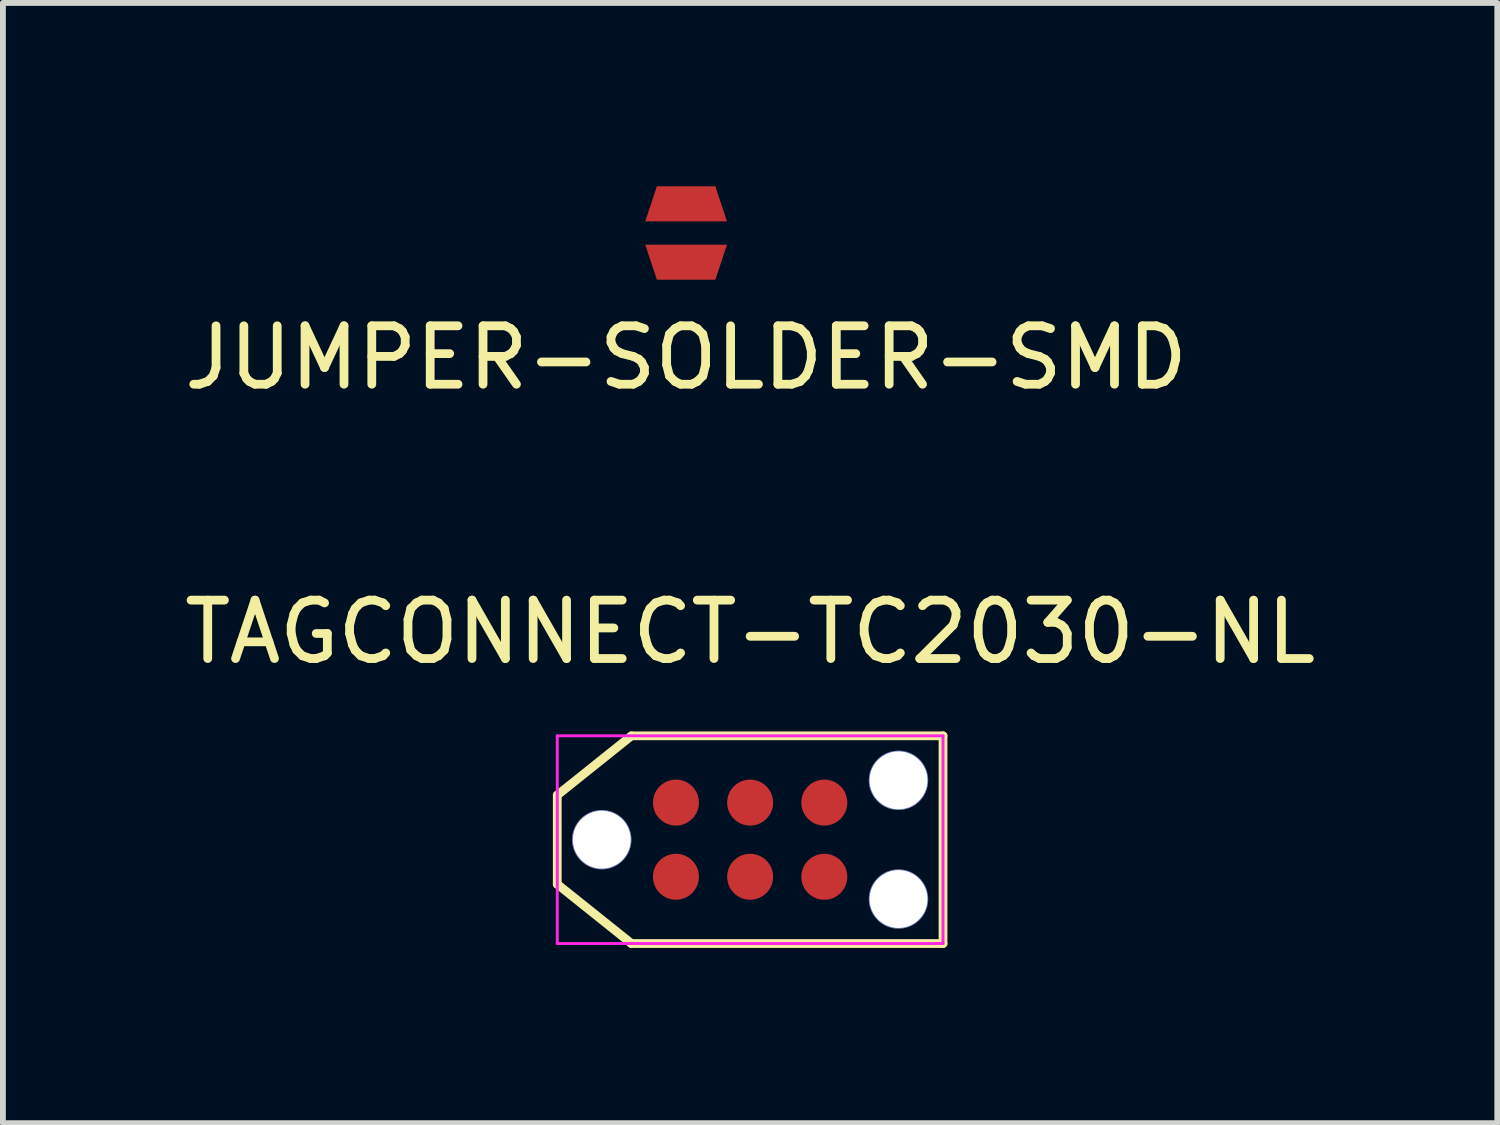
<source format=kicad_pcb>
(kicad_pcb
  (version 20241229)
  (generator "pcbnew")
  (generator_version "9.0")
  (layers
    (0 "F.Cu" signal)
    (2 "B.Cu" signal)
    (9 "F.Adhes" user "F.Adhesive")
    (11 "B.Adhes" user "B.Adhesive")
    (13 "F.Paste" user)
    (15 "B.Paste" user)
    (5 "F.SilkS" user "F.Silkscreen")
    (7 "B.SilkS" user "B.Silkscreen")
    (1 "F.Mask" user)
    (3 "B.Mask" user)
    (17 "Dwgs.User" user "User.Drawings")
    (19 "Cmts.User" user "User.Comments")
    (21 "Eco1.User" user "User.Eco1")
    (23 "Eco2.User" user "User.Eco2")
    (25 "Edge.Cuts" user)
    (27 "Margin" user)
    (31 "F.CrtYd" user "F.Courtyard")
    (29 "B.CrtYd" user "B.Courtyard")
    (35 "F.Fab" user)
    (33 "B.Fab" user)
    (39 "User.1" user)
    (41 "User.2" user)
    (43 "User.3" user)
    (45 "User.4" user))
  (footprint "JUMPER-SOLDER-SMD"
    (layer "F.Cu")
    (at 8.696 0.939)
    (property "Reference" "JUMPER-SOLDER-SMD" (at 0 2.134 0) (layer "F.SilkS") (effects (font (size 1 1) (thickness 0.15))))
    (attr through_hole)
    (fp_line (start -0.889 -0.127) (end -0.889 0.127) (stroke (width 0.15) (type solid)) (layer "F.Mask"))
    (fp_line (start -0.889 0) (end 0.889 0) (stroke (width 0.15) (type solid)) (layer "F.Mask"))
    (fp_line (start -0.813 0.127) (end -0.61 0.762) (stroke (width 0.15) (type solid)) (layer "F.Mask"))
    (fp_line (start -0.61 -0.762) (end -0.813 -0.152) (stroke (width 0.15) (type solid)) (layer "F.Mask"))
    (fp_line (start 0.813 -0.152) (end 0.61 -0.762) (stroke (width 0.15) (type solid)) (layer "F.Mask"))
    (fp_line (start 0.813 0.152) (end 0.61 0.737) (stroke (width 0.15) (type solid)) (layer "F.Mask"))
    (fp_line (start 0.889 -0.127) (end -0.889 -0.127) (stroke (width 0.15) (type solid)) (layer "F.Mask"))
    (fp_line (start 0.889 -0.127) (end 0.889 0.127) (stroke (width 0.15) (type solid)) (layer "F.Mask"))
    (fp_line (start 0.889 0.127) (end -0.889 0.127) (stroke (width 0.15) (type solid)) (layer "F.Mask"))
    (fp_arc (start -0.889 -0.127) (mid -0.787088 -0.540297) (end -0.504716 -0.858835) (stroke (width 0.15) (type solid)) (layer "F.Mask"))
    (fp_arc (start -0.5334 0.8382) (mid -0.795146 0.524573) (end -0.889 0.127) (stroke (width 0.15) (type solid)) (layer "F.Mask"))
    (fp_arc (start 0.508 -0.8636) (mid 0.792211 -0.542988) (end 0.894787 -0.127) (stroke (width 0.15) (type solid)) (layer "F.Mask"))
    (fp_arc (start 0.889 0.127) (mid 0.787087 0.540297) (end 0.504715 0.858836) (stroke (width 0.15) (type solid)) (layer "F.Mask"))
    (pad "1" smd trapezoid (at 0 0.5 270) (size 0.6 1.2) (rect_delta 0.2 0) (layers "F.Cu" "F.Mask"))
    (pad "2" smd trapezoid (at 0 -0.5 90) (size 0.6 1.2) (rect_delta 0.2 0) (layers "F.Cu" "F.Mask")))
  (footprint "TAGCONNECT-TC2030-NL"
    (layer "F.Cu")
    (at 9.792 11.325)
    (property "Reference" "TAGCONNECT-TC2030-NL" (at 0 -3.556 0) (layer "F.SilkS") (effects (font (size 1 1) (thickness 0.15))))
    (attr through_hole)
    (fp_line (start -3.302 -0.762) (end -3.302 0.762) (stroke (width 0.15) (type solid)) (layer "F.SilkS"))
    (fp_line (start -3.302 0.762) (end -2.032 1.778) (stroke (width 0.15) (type solid)) (layer "F.SilkS"))
    (fp_line (start -2.032 -1.778) (end -3.302 -0.762) (stroke (width 0.15) (type solid)) (layer "F.SilkS"))
    (fp_line (start -2.032 1.778) (end 3.302 1.778) (stroke (width 0.15) (type solid)) (layer "F.SilkS"))
    (fp_line (start 3.302 -1.778) (end -2.032 -1.778) (stroke (width 0.15) (type solid)) (layer "F.SilkS"))
    (fp_line (start 3.302 1.778) (end 3.302 -1.778) (stroke (width 0.15) (type solid)) (layer "F.SilkS"))
    (fp_line (start -3.302 -1.778) (end 3.302 -1.778) (stroke (width 0.05) (type solid)) (layer "F.CrtYd"))
    (fp_line (start -3.302 1.778) (end -3.302 -1.778) (stroke (width 0.05) (type solid)) (layer "F.CrtYd"))
    (fp_line (start 3.302 -1.778) (end 3.302 1.778) (stroke (width 0.05) (type solid)) (layer "F.CrtYd"))
    (fp_line (start 3.302 1.778) (end -3.302 1.778) (stroke (width 0.05) (type solid)) (layer "F.CrtYd"))
    (pad "" np_thru_hole circle (at -2.54 0) (size 1.016 1.016) (drill 0.991) (layers "*.Cu" "*.Mask"))
    (pad "" np_thru_hole circle (at 2.54 -1.016) (size 1.016 1.016) (drill 0.991) (layers "*.Cu" "*.Mask"))
    (pad "" np_thru_hole circle (at 2.54 1.016) (size 1.016 1.016) (drill 0.991) (layers "*.Cu" "*.Mask"))
    (pad "1" smd circle (at -1.27 0.635) (size 0.787 0.787) (layers "F.Cu" "F.Mask"))
    (pad "2" smd circle (at -1.27 -0.635) (size 0.787 0.787) (layers "F.Cu" "F.Mask"))
    (pad "3" smd circle (at 0 0.635) (size 0.787 0.787) (layers "F.Cu" "F.Mask"))
    (pad "4" smd circle (at 0 -0.635) (size 0.787 0.787) (layers "F.Cu" "F.Mask"))
    (pad "5" smd circle (at 1.27 0.635) (size 0.787 0.787) (layers "F.Cu" "F.Mask"))
    (pad "6" smd circle (at 1.27 -0.635) (size 0.787 0.787) (layers "F.Cu" "F.Mask")))
  (gr_rect
    (start -3 -3)
    (end 22.583 16.178)
    (stroke (width 0.1) (type default))
    (fill no)
    (layer "Edge.Cuts")))
</source>
